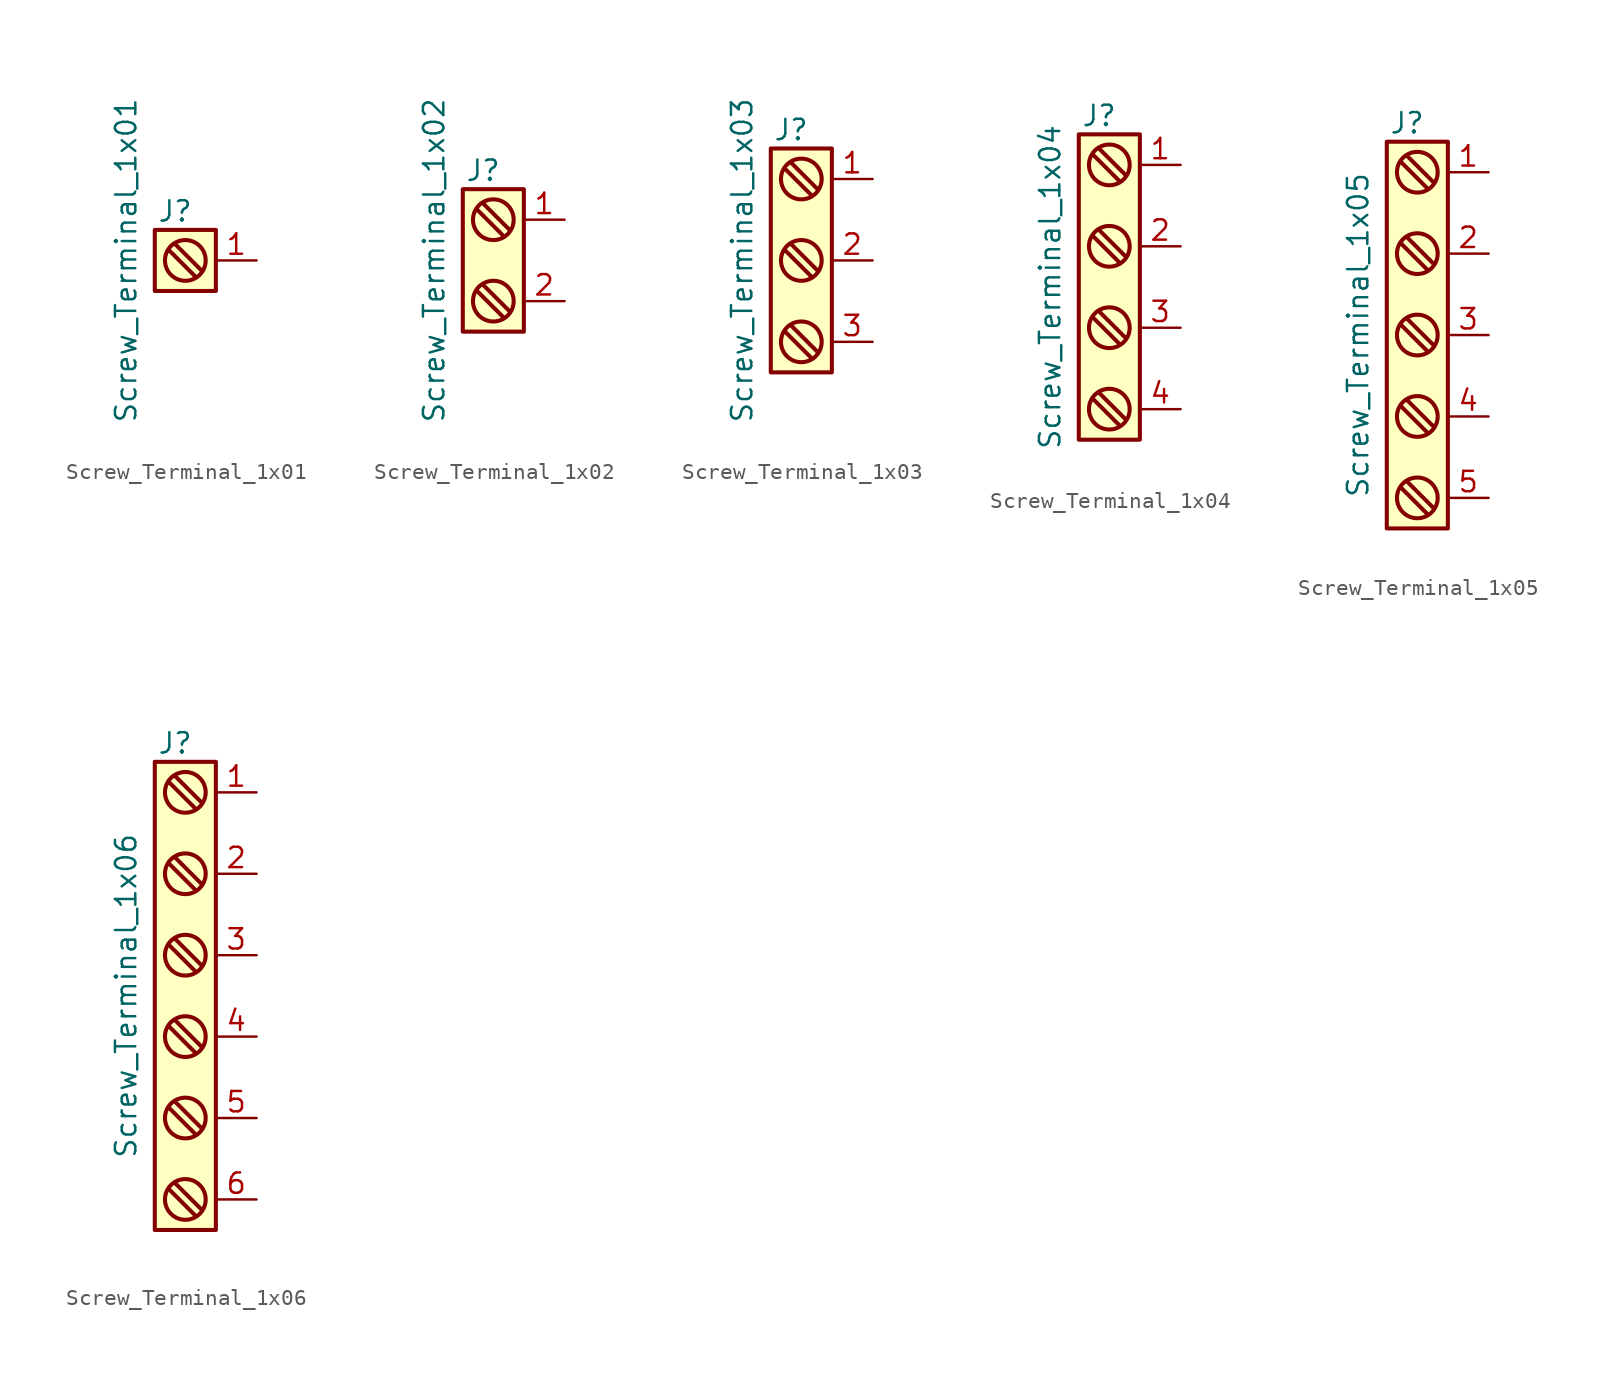
<source format=kicad_sym>
(kicad_symbol_lib
  (version 20211014)
  (generator kicad_symbol_editor)
  (symbol "Screw_Terminal_1x01"
    (pin_names
      (offset 0.762) hide)
    (property "Reference" "J"
      (at 0 3.81 0)
      (effects (font (size 1.27 1.27)) (justify top)))
    (property "Value" "Screw_Terminal_1x01"
      (at -3.81 0 90)
      (effects (font (size 1.27 1.27)) (justify top)))
    (symbol "Screw_Terminal_1x01_0_1"
      (rectangle (start -1.27 1.905) (end 2.54 -1.905) (stroke (width 0.254) (type default) (color 0 0 0 0)) (fill (type background)))
      (polyline (pts (xy 0 1.016) (xy 1.651 -0.635)) (stroke (width 0.254) (type default) (color 0 0 0 0)) (fill (type none)))
      (polyline (pts (xy 1.27 -1.016) (xy -0.381 0.635)) (stroke (width 0.254) (type default) (color 0 0 0 0)) (fill (type none)))
      (circle (center 0.635 0) (radius 1.27) (stroke (width 0.254) (type default) (color 0 0 0 0)) (fill (type none))))
    (symbol "Screw_Terminal_1x01_1_1"
      (pin passive line (at 5.08 0 180) (length 2.54) (name "~" (effects (font (size 1.27 1.27)))) (number "1" (effects (font (size 1.27 1.27)))))))
  (symbol "Screw_Terminal_1x02"
    (pin_names
      (offset 0.762) hide)
    (property "Reference" "J"
      (at 0 6.35 0)
      (effects (font (size 1.27 1.27)) (justify top)))
    (property "Value" "Screw_Terminal_1x02"
      (at -3.81 0 90)
      (effects (font (size 1.27 1.27)) (justify top)))
    (symbol "Screw_Terminal_1x02_0_1"
      (rectangle (start -1.27 4.445) (end 2.54 -4.445) (stroke (width 0.254) (type default) (color 0 0 0 0)) (fill (type background)))
      (polyline (pts (xy -0.381 -1.905) (xy 1.27 -3.556)) (stroke (width 0.254) (type default) (color 0 0 0 0)) (fill (type none)))
      (polyline (pts (xy 0 3.556) (xy 1.651 1.905)) (stroke (width 0.254) (type default) (color 0 0 0 0)) (fill (type none)))
      (polyline (pts (xy 1.27 1.524) (xy -0.381 3.175)) (stroke (width 0.254) (type default) (color 0 0 0 0)) (fill (type none)))
      (polyline (pts (xy 1.651 -3.175) (xy 0 -1.524)) (stroke (width 0.254) (type default) (color 0 0 0 0)) (fill (type none)))
      (circle (center 0.635 -2.54) (radius 1.27) (stroke (width 0.254) (type default) (color 0 0 0 0)) (fill (type none)))
      (circle (center 0.635 2.54) (radius 1.27) (stroke (width 0.254) (type default) (color 0 0 0 0)) (fill (type none))))
    (symbol "Screw_Terminal_1x02_1_1"
      (pin passive line (at 5.08 2.54 180) (length 2.54) (name "~" (effects (font (size 1.27 1.27)))) (number "1" (effects (font (size 1.27 1.27)))))
      (pin passive line (at 5.08 -2.54 180) (length 2.54) (name "~" (effects (font (size 1.27 1.27)))) (number "2" (effects (font (size 1.27 1.27)))))))
  (symbol "Screw_Terminal_1x03"
    (pin_names
      (offset 0.762) hide)
    (property "Reference" "J"
      (at 0 8.89 0)
      (effects (font (size 1.27 1.27)) (justify top)))
    (property "Value" "Screw_Terminal_1x03"
      (at -3.81 0 90)
      (effects (font (size 1.27 1.27)) (justify top)))
    (symbol "Screw_Terminal_1x03_0_1"
      (rectangle (start -1.27 6.985) (end 2.54 -6.985) (stroke (width 0.254) (type default) (color 0 0 0 0)) (fill (type background)))
      (polyline (pts (xy -0.381 0.635) (xy 1.27 -1.016)) (stroke (width 0.254) (type default) (color 0 0 0 0)) (fill (type none)))
      (polyline (pts (xy 0 -4.064) (xy 1.651 -5.715)) (stroke (width 0.254) (type default) (color 0 0 0 0)) (fill (type none)))
      (polyline (pts (xy 0 6.096) (xy 1.651 4.445)) (stroke (width 0.254) (type default) (color 0 0 0 0)) (fill (type none)))
      (polyline (pts (xy 1.27 -6.096) (xy -0.381 -4.445)) (stroke (width 0.254) (type default) (color 0 0 0 0)) (fill (type none)))
      (polyline (pts (xy 1.27 4.064) (xy -0.381 5.715)) (stroke (width 0.254) (type default) (color 0 0 0 0)) (fill (type none)))
      (polyline (pts (xy 1.651 -0.635) (xy 0 1.016)) (stroke (width 0.254) (type default) (color 0 0 0 0)) (fill (type none)))
      (circle (center 0.635 -5.08) (radius 1.27) (stroke (width 0.254) (type default) (color 0 0 0 0)) (fill (type none)))
      (circle (center 0.635 0) (radius 1.27) (stroke (width 0.254) (type default) (color 0 0 0 0)) (fill (type none)))
      (circle (center 0.635 5.08) (radius 1.27) (stroke (width 0.254) (type default) (color 0 0 0 0)) (fill (type none))))
    (symbol "Screw_Terminal_1x03_1_1"
      (pin passive line (at 5.08 5.08 180) (length 2.54) (name "~" (effects (font (size 1.27 1.27)))) (number "1" (effects (font (size 1.27 1.27)))))
      (pin passive line (at 5.08 0 180) (length 2.54) (name "~" (effects (font (size 1.27 1.27)))) (number "2" (effects (font (size 1.27 1.27)))))
      (pin passive line (at 5.08 -5.08 180) (length 2.54) (name "~" (effects (font (size 1.27 1.27)))) (number "3" (effects (font (size 1.27 1.27)))))))
  (symbol "Screw_Terminal_1x04"
    (pin_names
      (offset 0.762) hide)
    (property "Reference" "J"
      (at 0 11.43 0)
      (effects (font (size 1.27 1.27)) (justify top)))
    (property "Value" "Screw_Terminal_1x04"
      (at -3.81 0 90)
      (effects (font (size 1.27 1.27)) (justify top)))
    (symbol "Screw_Terminal_1x04_0_1"
      (rectangle (start -1.27 -9.525) (end 2.54 9.525) (stroke (width 0.254) (type default) (color 0 0 0 0)) (fill (type background)))
      (polyline (pts (xy -0.381 -6.985) (xy 1.27 -8.636)) (stroke (width 0.254) (type default) (color 0 0 0 0)) (fill (type none)))
      (polyline (pts (xy -0.381 3.175) (xy 1.27 1.524)) (stroke (width 0.254) (type default) (color 0 0 0 0)) (fill (type none)))
      (polyline (pts (xy 0 -1.524) (xy 1.651 -3.175)) (stroke (width 0.254) (type default) (color 0 0 0 0)) (fill (type none)))
      (polyline (pts (xy 0 8.636) (xy 1.651 6.985)) (stroke (width 0.254) (type default) (color 0 0 0 0)) (fill (type none)))
      (polyline (pts (xy 1.27 -3.556) (xy -0.381 -1.905)) (stroke (width 0.254) (type default) (color 0 0 0 0)) (fill (type none)))
      (polyline (pts (xy 1.27 6.604) (xy -0.381 8.255)) (stroke (width 0.254) (type default) (color 0 0 0 0)) (fill (type none)))
      (polyline (pts (xy 1.651 -8.255) (xy 0 -6.604)) (stroke (width 0.254) (type default) (color 0 0 0 0)) (fill (type none)))
      (polyline (pts (xy 1.651 1.905) (xy 0 3.556)) (stroke (width 0.254) (type default) (color 0 0 0 0)) (fill (type none)))
      (circle (center 0.635 -7.62) (radius 1.27) (stroke (width 0.254) (type default) (color 0 0 0 0)) (fill (type none)))
      (circle (center 0.635 -2.54) (radius 1.27) (stroke (width 0.254) (type default) (color 0 0 0 0)) (fill (type none)))
      (circle (center 0.635 2.54) (radius 1.27) (stroke (width 0.254) (type default) (color 0 0 0 0)) (fill (type none)))
      (circle (center 0.635 7.62) (radius 1.27) (stroke (width 0.254) (type default) (color 0 0 0 0)) (fill (type none))))
    (symbol "Screw_Terminal_1x04_1_1"
      (pin passive line (at 5.08 7.62 180) (length 2.54) (name "~" (effects (font (size 1.27 1.27)))) (number "1" (effects (font (size 1.27 1.27)))))
      (pin passive line (at 5.08 2.54 180) (length 2.54) (name "~" (effects (font (size 1.27 1.27)))) (number "2" (effects (font (size 1.27 1.27)))))
      (pin passive line (at 5.08 -2.54 180) (length 2.54) (name "~" (effects (font (size 1.27 1.27)))) (number "3" (effects (font (size 1.27 1.27)))))
      (pin passive line (at 5.08 -7.62 180) (length 2.54) (name "~" (effects (font (size 1.27 1.27)))) (number "4" (effects (font (size 1.27 1.27)))))))
  (symbol "Screw_Terminal_1x05"
    (pin_names
      (offset 0.762) hide)
    (property "Reference" "J"
      (at 0 13.97 0)
      (effects (font (size 1.27 1.27)) (justify top)))
    (property "Value" "Screw_Terminal_1x05"
      (at -3.81 0 90)
      (effects (font (size 1.27 1.27)) (justify top)))
    (symbol "Screw_Terminal_1x05_0_1"
      (rectangle (start -1.27 -12.065) (end 2.54 12.065) (stroke (width 0.254) (type default) (color 0 0 0 0)) (fill (type background)))
      (polyline (pts (xy -0.381 -4.445) (xy 1.27 -6.096)) (stroke (width 0.254) (type default) (color 0 0 0 0)) (fill (type none)))
      (polyline (pts (xy -0.381 5.715) (xy 1.27 4.064)) (stroke (width 0.254) (type default) (color 0 0 0 0)) (fill (type none)))
      (polyline (pts (xy 0 -9.144) (xy 1.651 -10.795)) (stroke (width 0.254) (type default) (color 0 0 0 0)) (fill (type none)))
      (polyline (pts (xy 0 1.016) (xy 1.651 -0.635)) (stroke (width 0.254) (type default) (color 0 0 0 0)) (fill (type none)))
      (polyline (pts (xy 0 11.176) (xy 1.651 9.525)) (stroke (width 0.254) (type default) (color 0 0 0 0)) (fill (type none)))
      (polyline (pts (xy 1.27 -11.176) (xy -0.381 -9.525)) (stroke (width 0.254) (type default) (color 0 0 0 0)) (fill (type none)))
      (polyline (pts (xy 1.27 -1.016) (xy -0.381 0.635)) (stroke (width 0.254) (type default) (color 0 0 0 0)) (fill (type none)))
      (polyline (pts (xy 1.27 9.144) (xy -0.381 10.795)) (stroke (width 0.254) (type default) (color 0 0 0 0)) (fill (type none)))
      (polyline (pts (xy 1.651 -5.715) (xy 0 -4.064)) (stroke (width 0.254) (type default) (color 0 0 0 0)) (fill (type none)))
      (polyline (pts (xy 1.651 4.445) (xy 0 6.096)) (stroke (width 0.254) (type default) (color 0 0 0 0)) (fill (type none)))
      (circle (center 0.635 -10.16) (radius 1.27) (stroke (width 0.254) (type default) (color 0 0 0 0)) (fill (type none)))
      (circle (center 0.635 -5.08) (radius 1.27) (stroke (width 0.254) (type default) (color 0 0 0 0)) (fill (type none)))
      (circle (center 0.635 0) (radius 1.27) (stroke (width 0.254) (type default) (color 0 0 0 0)) (fill (type none)))
      (circle (center 0.635 5.08) (radius 1.27) (stroke (width 0.254) (type default) (color 0 0 0 0)) (fill (type none)))
      (circle (center 0.635 10.16) (radius 1.27) (stroke (width 0.254) (type default) (color 0 0 0 0)) (fill (type none))))
    (symbol "Screw_Terminal_1x05_1_1"
      (pin passive line (at 5.08 10.16 180) (length 2.54) (name "~" (effects (font (size 1.27 1.27)))) (number "1" (effects (font (size 1.27 1.27)))))
      (pin passive line (at 5.08 5.08 180) (length 2.54) (name "~" (effects (font (size 1.27 1.27)))) (number "2" (effects (font (size 1.27 1.27)))))
      (pin passive line (at 5.08 0 180) (length 2.54) (name "~" (effects (font (size 1.27 1.27)))) (number "3" (effects (font (size 1.27 1.27)))))
      (pin passive line (at 5.08 -5.08 180) (length 2.54) (name "~" (effects (font (size 1.27 1.27)))) (number "4" (effects (font (size 1.27 1.27)))))
      (pin passive line (at 5.08 -10.16 180) (length 2.54) (name "~" (effects (font (size 1.27 1.27)))) (number "5" (effects (font (size 1.27 1.27)))))))
  (symbol "Screw_Terminal_1x06"
    (pin_names
      (offset 0.762) hide)
    (property "Reference" "J"
      (at 0 16.51 0)
      (effects (font (size 1.27 1.27)) (justify top)))
    (property "Value" "Screw_Terminal_1x06"
      (at -3.81 0 90)
      (effects (font (size 1.27 1.27)) (justify top)))
    (symbol "Screw_Terminal_1x06_0_1"
      (rectangle (start -1.27 -14.605) (end 2.54 14.605) (stroke (width 0.254) (type default) (color 0 0 0 0)) (fill (type background)))
      (polyline (pts (xy -0.381 -12.065) (xy 1.27 -13.716)) (stroke (width 0.254) (type default) (color 0 0 0 0)) (fill (type none)))
      (polyline (pts (xy -0.381 -1.905) (xy 1.27 -3.556)) (stroke (width 0.254) (type default) (color 0 0 0 0)) (fill (type none)))
      (polyline (pts (xy -0.381 8.255) (xy 1.27 6.604)) (stroke (width 0.254) (type default) (color 0 0 0 0)) (fill (type none)))
      (polyline (pts (xy 0 -6.604) (xy 1.651 -8.255)) (stroke (width 0.254) (type default) (color 0 0 0 0)) (fill (type none)))
      (polyline (pts (xy 0 3.556) (xy 1.651 1.905)) (stroke (width 0.254) (type default) (color 0 0 0 0)) (fill (type none)))
      (polyline (pts (xy 0 13.716) (xy 1.651 12.065)) (stroke (width 0.254) (type default) (color 0 0 0 0)) (fill (type none)))
      (polyline (pts (xy 1.27 -8.636) (xy -0.381 -6.985)) (stroke (width 0.254) (type default) (color 0 0 0 0)) (fill (type none)))
      (polyline (pts (xy 1.27 1.524) (xy -0.381 3.175)) (stroke (width 0.254) (type default) (color 0 0 0 0)) (fill (type none)))
      (polyline (pts (xy 1.27 11.684) (xy -0.381 13.335)) (stroke (width 0.254) (type default) (color 0 0 0 0)) (fill (type none)))
      (polyline (pts (xy 1.651 -13.335) (xy 0 -11.684)) (stroke (width 0.254) (type default) (color 0 0 0 0)) (fill (type none)))
      (polyline (pts (xy 1.651 -3.175) (xy 0 -1.524)) (stroke (width 0.254) (type default) (color 0 0 0 0)) (fill (type none)))
      (polyline (pts (xy 1.651 6.985) (xy 0 8.636)) (stroke (width 0.254) (type default) (color 0 0 0 0)) (fill (type none)))
      (circle (center 0.635 -12.7) (radius 1.27) (stroke (width 0.254) (type default) (color 0 0 0 0)) (fill (type none)))
      (circle (center 0.635 -7.62) (radius 1.27) (stroke (width 0.254) (type default) (color 0 0 0 0)) (fill (type none)))
      (circle (center 0.635 -2.54) (radius 1.27) (stroke (width 0.254) (type default) (color 0 0 0 0)) (fill (type none)))
      (circle (center 0.635 2.54) (radius 1.27) (stroke (width 0.254) (type default) (color 0 0 0 0)) (fill (type none)))
      (circle (center 0.635 7.62) (radius 1.27) (stroke (width 0.254) (type default) (color 0 0 0 0)) (fill (type none)))
      (circle (center 0.635 12.7) (radius 1.27) (stroke (width 0.254) (type default) (color 0 0 0 0)) (fill (type none))))
    (symbol "Screw_Terminal_1x06_1_1"
      (pin passive line (at 5.08 12.7 180) (length 2.54) (name "~" (effects (font (size 1.27 1.27)))) (number "1" (effects (font (size 1.27 1.27)))))
      (pin passive line (at 5.08 7.62 180) (length 2.54) (name "~" (effects (font (size 1.27 1.27)))) (number "2" (effects (font (size 1.27 1.27)))))
      (pin passive line (at 5.08 2.54 180) (length 2.54) (name "~" (effects (font (size 1.27 1.27)))) (number "3" (effects (font (size 1.27 1.27)))))
      (pin passive line (at 5.08 -2.54 180) (length 2.54) (name "~" (effects (font (size 1.27 1.27)))) (number "4" (effects (font (size 1.27 1.27)))))
      (pin passive line (at 5.08 -7.62 180) (length 2.54) (name "~" (effects (font (size 1.27 1.27)))) (number "5" (effects (font (size 1.27 1.27)))))
      (pin passive line (at 5.08 -12.7 180) (length 2.54) (name "~" (effects (font (size 1.27 1.27)))) (number "6" (effects (font (size 1.27 1.27))))))))
</source>
